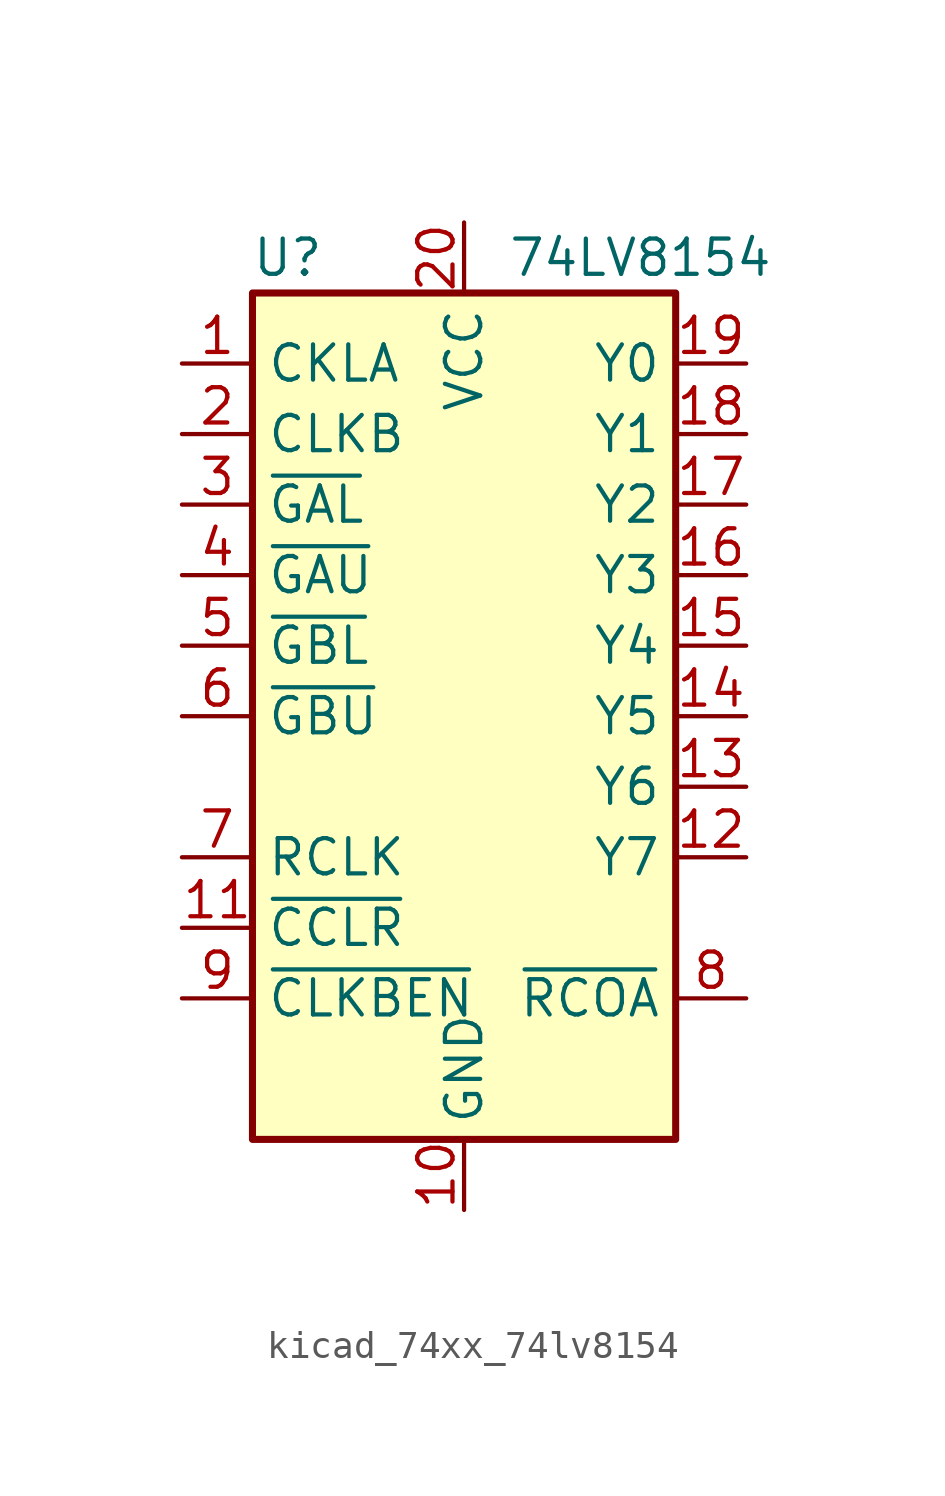
<source format=kicad_sym>
(kicad_symbol_lib
  (version 20220914)
  (generator kicad_symbol_editor)
  (symbol "kicad_74xx_74lv8154"
    (property "Reference" "U"
      (at -6.35 16.51 0)
      (effects (font (size 1.27 1.27))))
    (property "Value" "74LV8154"
      (at 6.35 16.51 0)
      (effects (font (size 1.27 1.27))))
    (symbol "kicad_74xx_74lv8154_0_1"
      (rectangle (start -7.62 15.24) (end 7.62 -15.24) (stroke (width 0.254) (type default)) (fill (type background))))
    (symbol "kicad_74xx_74lv8154_1_1"
      (pin input line (at -10.16 12.7 0) (length 2.54) (name "CKLA" (effects (font (size 1.27 1.27)))) (number "1" (effects (font (size 1.27 1.27)))))
      (pin power_in line (at 0 -17.78 90) (length 2.54) (name "GND" (effects (font (size 1.27 1.27)))) (number "10" (effects (font (size 1.27 1.27)))))
      (pin input line (at -10.16 -7.62 0) (length 2.54) (name "~{CCLR}" (effects (font (size 1.27 1.27)))) (number "11" (effects (font (size 1.27 1.27)))))
      (pin output line (at 10.16 -5.08 180) (length 2.54) (name "Y7" (effects (font (size 1.27 1.27)))) (number "12" (effects (font (size 1.27 1.27)))))
      (pin output line (at 10.16 -2.54 180) (length 2.54) (name "Y6" (effects (font (size 1.27 1.27)))) (number "13" (effects (font (size 1.27 1.27)))))
      (pin output line (at 10.16 0 180) (length 2.54) (name "Y5" (effects (font (size 1.27 1.27)))) (number "14" (effects (font (size 1.27 1.27)))))
      (pin output line (at 10.16 2.54 180) (length 2.54) (name "Y4" (effects (font (size 1.27 1.27)))) (number "15" (effects (font (size 1.27 1.27)))))
      (pin output line (at 10.16 5.08 180) (length 2.54) (name "Y3" (effects (font (size 1.27 1.27)))) (number "16" (effects (font (size 1.27 1.27)))))
      (pin output line (at 10.16 7.62 180) (length 2.54) (name "Y2" (effects (font (size 1.27 1.27)))) (number "17" (effects (font (size 1.27 1.27)))))
      (pin output line (at 10.16 10.16 180) (length 2.54) (name "Y1" (effects (font (size 1.27 1.27)))) (number "18" (effects (font (size 1.27 1.27)))))
      (pin output line (at 10.16 12.7 180) (length 2.54) (name "Y0" (effects (font (size 1.27 1.27)))) (number "19" (effects (font (size 1.27 1.27)))))
      (pin input line (at -10.16 10.16 0) (length 2.54) (name "CLKB" (effects (font (size 1.27 1.27)))) (number "2" (effects (font (size 1.27 1.27)))))
      (pin power_in line (at 0 17.78 270) (length 2.54) (name "VCC" (effects (font (size 1.27 1.27)))) (number "20" (effects (font (size 1.27 1.27)))))
      (pin input line (at -10.16 7.62 0) (length 2.54) (name "~{GAL}" (effects (font (size 1.27 1.27)))) (number "3" (effects (font (size 1.27 1.27)))))
      (pin input line (at -10.16 5.08 0) (length 2.54) (name "~{GAU}" (effects (font (size 1.27 1.27)))) (number "4" (effects (font (size 1.27 1.27)))))
      (pin input line (at -10.16 2.54 0) (length 2.54) (name "~{GBL}" (effects (font (size 1.27 1.27)))) (number "5" (effects (font (size 1.27 1.27)))))
      (pin input line (at -10.16 0 0) (length 2.54) (name "~{GBU}" (effects (font (size 1.27 1.27)))) (number "6" (effects (font (size 1.27 1.27)))))
      (pin input line (at -10.16 -5.08 0) (length 2.54) (name "RCLK" (effects (font (size 1.27 1.27)))) (number "7" (effects (font (size 1.27 1.27)))))
      (pin output line (at 10.16 -10.16 180) (length 2.54) (name "~{RCOA}" (effects (font (size 1.27 1.27)))) (number "8" (effects (font (size 1.27 1.27)))))
      (pin input line (at -10.16 -10.16 0) (length 2.54) (name "~{CLKBEN}" (effects (font (size 1.27 1.27)))) (number "9" (effects (font (size 1.27 1.27))))))))
</source>
